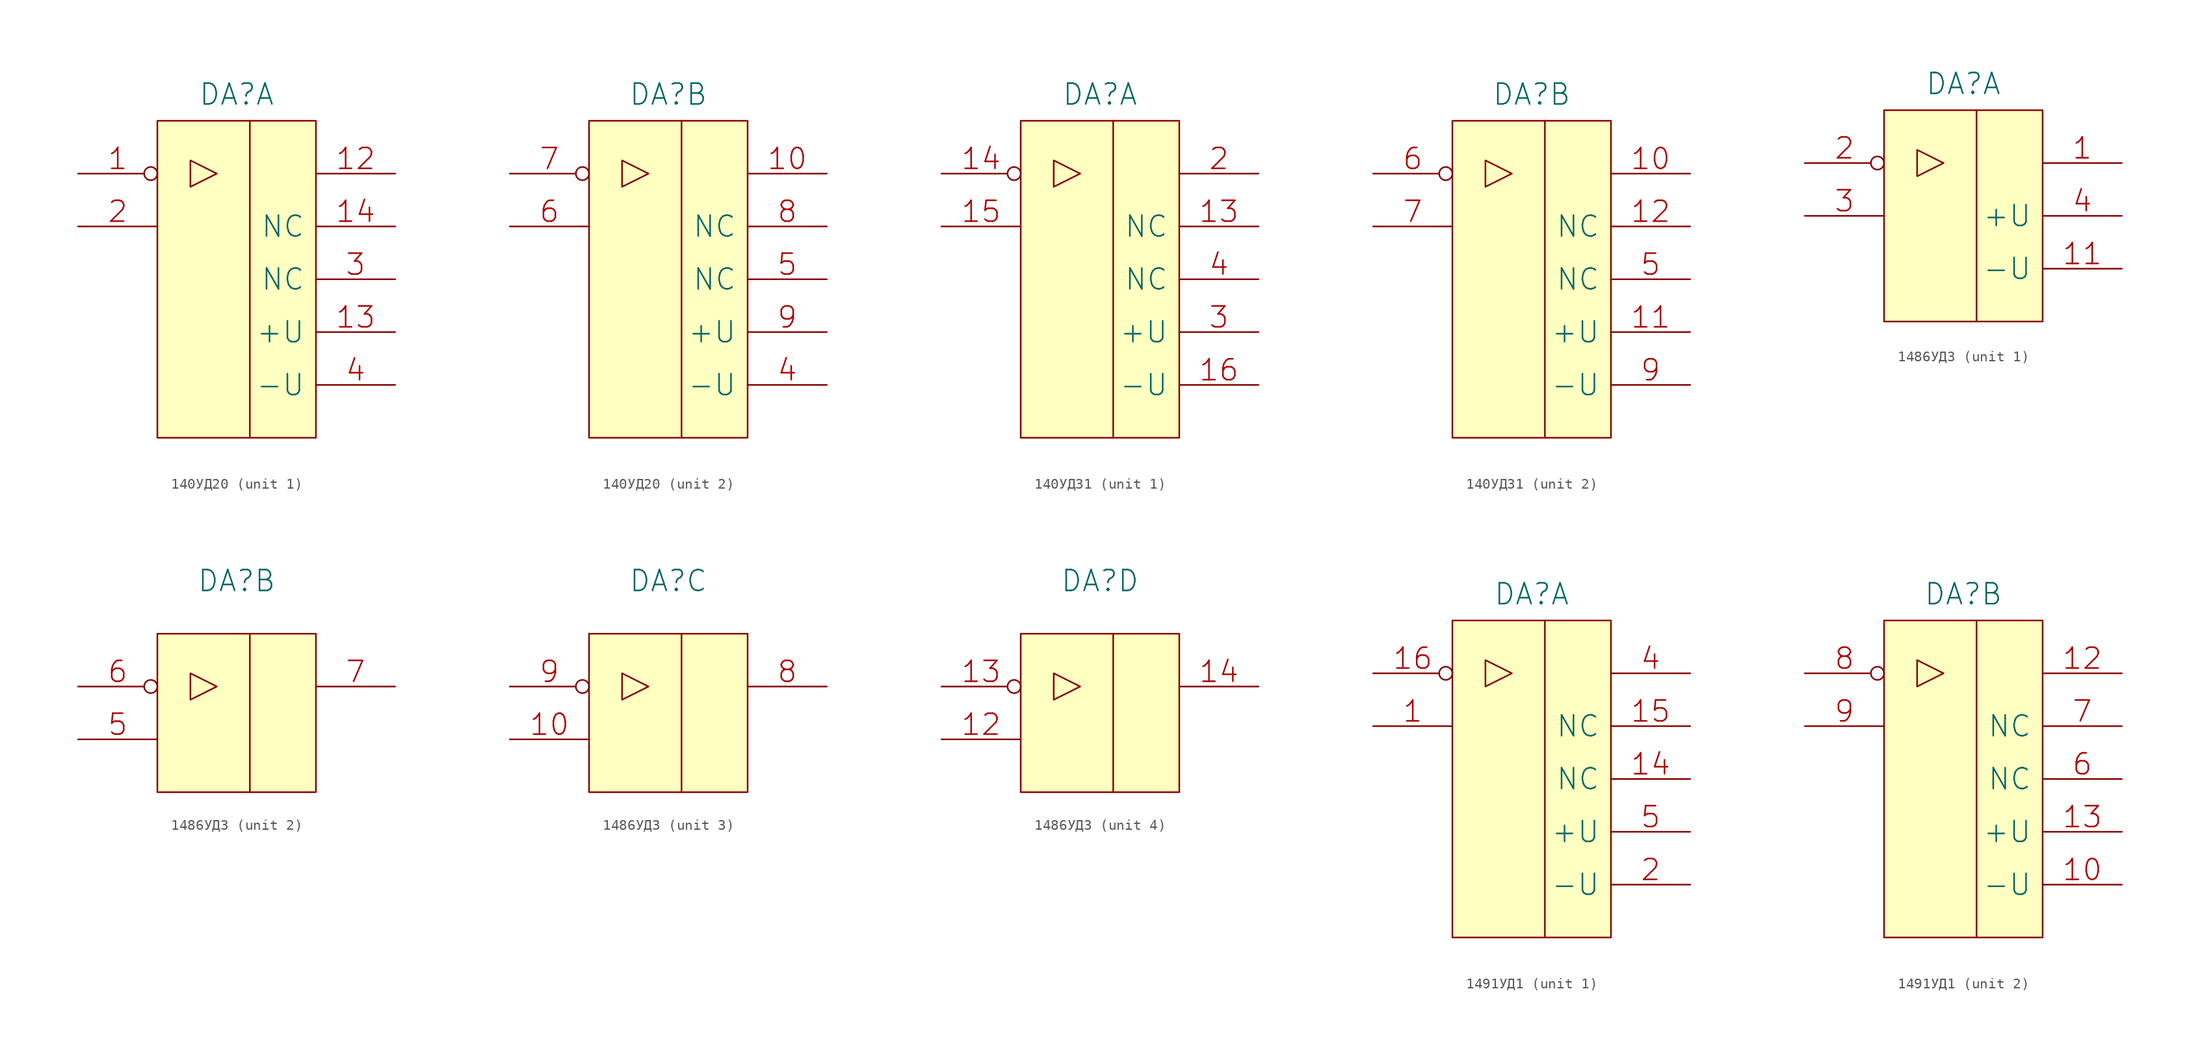
<source format=kicad_sym>
(kicad_symbol_lib
  (version 20231120)
  (generator "kicad_symbol_editor")
  (generator_version "8.0")
  (symbol "140УД20"
    (pin_names
      (offset 1.016))
    (property "Reference" "DA"
      (at 0 17.78 0)
      (effects (font (size 2.007 2.007))))
    (symbol "140УД20_0_1"
      (polyline (pts (xy 1.27 15.24) (xy 1.27 -15.24)) (stroke (width 0) (type solid)) (fill (type none)))
      (polyline (pts (xy -4.445 11.43) (xy -4.445 8.89) (xy -1.905 10.16) (xy -4.445 11.43)) (stroke (width 0) (type solid)) (fill (type none)))
      (rectangle (start 7.62 15.24) (end -7.62 -15.24) (stroke (width 0) (type solid)) (fill (type background)))
      (pin power_in line (at 15.24 -10.16 180) (length 7.62) (name "-U" (effects (font (size 2.007 2.007)))) (number "4" (effects (font (size 2.007 2.007))))))
    (symbol "140УД20_1_1"
      (pin input inverted (at -15.24 10.16 0) (length 7.62) (name "~" (effects (font (size 2.007 2.007)))) (number "1" (effects (font (size 2.007 2.007)))))
      (pin output line (at 15.24 10.16 180) (length 7.62) (name "~" (effects (font (size 2.007 2.007)))) (number "12" (effects (font (size 2.007 2.007)))))
      (pin power_in line (at 15.24 -5.08 180) (length 7.62) (name "+U" (effects (font (size 2.007 2.007)))) (number "13" (effects (font (size 2.007 2.007)))))
      (pin input line (at 15.24 5.08 180) (length 7.62) (name "NC" (effects (font (size 2.007 2.007)))) (number "14" (effects (font (size 2.007 2.007)))))
      (pin input line (at -15.24 5.08 0) (length 7.62) (name "~" (effects (font (size 2.007 2.007)))) (number "2" (effects (font (size 2.007 2.007)))))
      (pin input line (at 15.24 0 180) (length 7.62) (name "NC" (effects (font (size 2.007 2.007)))) (number "3" (effects (font (size 2.007 2.007))))))
    (symbol "140УД20_2_1"
      (pin output line (at 15.24 10.16 180) (length 7.62) (name "~" (effects (font (size 2.007 2.007)))) (number "10" (effects (font (size 2.007 2.007)))))
      (pin input line (at 15.24 0 180) (length 7.62) (name "NC" (effects (font (size 2.007 2.007)))) (number "5" (effects (font (size 2.007 2.007)))))
      (pin input line (at -15.24 5.08 0) (length 7.62) (name "~" (effects (font (size 2.007 2.007)))) (number "6" (effects (font (size 2.007 2.007)))))
      (pin input inverted (at -15.24 10.16 0) (length 7.62) (name "~" (effects (font (size 2.007 2.007)))) (number "7" (effects (font (size 2.007 2.007)))))
      (pin input line (at 15.24 5.08 180) (length 7.62) (name "NC" (effects (font (size 2.007 2.007)))) (number "8" (effects (font (size 2.007 2.007)))))
      (pin power_in line (at 15.24 -5.08 180) (length 7.62) (name "+U" (effects (font (size 2.007 2.007)))) (number "9" (effects (font (size 2.007 2.007)))))))
  (symbol "140УД31"
    (pin_names
      (offset 1.016))
    (property "Reference" "DA"
      (at 0 17.78 0)
      (effects (font (size 2.007 2.007))))
    (symbol "140УД31_0_1"
      (polyline (pts (xy 1.27 15.24) (xy 1.27 -15.24)) (stroke (width 0) (type solid)) (fill (type none)))
      (polyline (pts (xy -4.445 11.43) (xy -4.445 8.89) (xy -1.905 10.16) (xy -4.445 11.43)) (stroke (width 0) (type solid)) (fill (type none)))
      (rectangle (start 7.62 15.24) (end -7.62 -15.24) (stroke (width 0) (type solid)) (fill (type background))))
    (symbol "140УД31_1_1"
      (pin input line (at 15.24 5.08 180) (length 7.62) (name "NC" (effects (font (size 2.007 2.007)))) (number "13" (effects (font (size 2.007 2.007)))))
      (pin input inverted (at -15.24 10.16 0) (length 7.62) (name "~" (effects (font (size 2.007 2.007)))) (number "14" (effects (font (size 2.007 2.007)))))
      (pin input line (at -15.24 5.08 0) (length 7.62) (name "~" (effects (font (size 2.007 2.007)))) (number "15" (effects (font (size 2.007 2.007)))))
      (pin power_in line (at 15.24 -10.16 180) (length 7.62) (name "-U" (effects (font (size 2.007 2.007)))) (number "16" (effects (font (size 2.007 2.007)))))
      (pin output line (at 15.24 10.16 180) (length 7.62) (name "~" (effects (font (size 2.007 2.007)))) (number "2" (effects (font (size 2.007 2.007)))))
      (pin power_in line (at 15.24 -5.08 180) (length 7.62) (name "+U" (effects (font (size 2.007 2.007)))) (number "3" (effects (font (size 2.007 2.007)))))
      (pin input line (at 15.24 0 180) (length 7.62) (name "NC" (effects (font (size 2.007 2.007)))) (number "4" (effects (font (size 2.007 2.007))))))
    (symbol "140УД31_2_1"
      (pin output line (at 15.24 10.16 180) (length 7.62) (name "~" (effects (font (size 2.007 2.007)))) (number "10" (effects (font (size 2.007 2.007)))))
      (pin power_in line (at 15.24 -5.08 180) (length 7.62) (name "+U" (effects (font (size 2.007 2.007)))) (number "11" (effects (font (size 2.007 2.007)))))
      (pin input line (at 15.24 5.08 180) (length 7.62) (name "NC" (effects (font (size 2.007 2.007)))) (number "12" (effects (font (size 2.007 2.007)))))
      (pin input line (at 15.24 0 180) (length 7.62) (name "NC" (effects (font (size 2.007 2.007)))) (number "5" (effects (font (size 2.007 2.007)))))
      (pin input inverted (at -15.24 10.16 0) (length 7.62) (name "~" (effects (font (size 2.007 2.007)))) (number "6" (effects (font (size 2.007 2.007)))))
      (pin input line (at -15.24 5.08 0) (length 7.62) (name "~" (effects (font (size 2.007 2.007)))) (number "7" (effects (font (size 2.007 2.007)))))
      (pin power_in line (at 15.24 -10.16 180) (length 7.62) (name "-U" (effects (font (size 2.007 2.007)))) (number "9" (effects (font (size 2.007 2.007)))))))
  (symbol "1486УД3"
    (pin_names
      (offset 1.016))
    (property "Reference" "DA"
      (at 0 12.7 0)
      (effects (font (size 2.007 2.007))))
    (symbol "1486УД3_1_1"
      (polyline (pts (xy 1.27 10.16) (xy 1.27 -10.16)) (stroke (width 0) (type solid)) (fill (type none)))
      (polyline (pts (xy -4.445 6.35) (xy -4.445 3.81) (xy -1.905 5.08) (xy -4.445 6.35)) (stroke (width 0) (type solid)) (fill (type none)))
      (rectangle (start 7.62 10.16) (end -7.62 -10.16) (stroke (width 0) (type solid)) (fill (type background)))
      (pin output line (at 15.24 5.08 180) (length 7.62) (name "~" (effects (font (size 2.007 2.007)))) (number "1" (effects (font (size 2.007 2.007)))))
      (pin power_in line (at 15.24 -5.08 180) (length 7.62) (name "-U" (effects (font (size 2.007 2.007)))) (number "11" (effects (font (size 2.007 2.007)))))
      (pin input inverted (at -15.24 5.08 0) (length 7.62) (name "~" (effects (font (size 2.007 2.007)))) (number "2" (effects (font (size 2.007 2.007)))))
      (pin input line (at -15.24 0 0) (length 7.62) (name "~" (effects (font (size 2.007 2.007)))) (number "3" (effects (font (size 2.007 2.007)))))
      (pin power_in line (at 15.24 0 180) (length 7.62) (name "+U" (effects (font (size 2.007 2.007)))) (number "4" (effects (font (size 2.007 2.007))))))
    (symbol "1486УД3_2_1"
      (rectangle (start -7.62 7.62) (end 7.62 -7.62) (stroke (width 0) (type solid)) (fill (type background)))
      (polyline (pts (xy 1.27 7.62) (xy 1.27 -7.62)) (stroke (width 0) (type solid)) (fill (type none)))
      (polyline (pts (xy -4.445 3.81) (xy -4.445 1.27) (xy -1.905 2.54) (xy -4.445 3.81)) (stroke (width 0) (type solid)) (fill (type none)))
      (pin input line (at -15.24 -2.54 0) (length 7.62) (name "~" (effects (font (size 2.007 2.007)))) (number "5" (effects (font (size 2.007 2.007)))))
      (pin input inverted (at -15.24 2.54 0) (length 7.62) (name "~" (effects (font (size 2.007 2.007)))) (number "6" (effects (font (size 2.007 2.007)))))
      (pin output line (at 15.24 2.54 180) (length 7.62) (name "~" (effects (font (size 2.007 2.007)))) (number "7" (effects (font (size 2.007 2.007))))))
    (symbol "1486УД3_3_1"
      (rectangle (start -7.62 7.62) (end 7.62 -7.62) (stroke (width 0) (type solid)) (fill (type background)))
      (polyline (pts (xy 1.27 7.62) (xy 1.27 -7.62)) (stroke (width 0) (type solid)) (fill (type none)))
      (polyline (pts (xy -4.445 3.81) (xy -4.445 1.27) (xy -1.905 2.54) (xy -4.445 3.81)) (stroke (width 0) (type solid)) (fill (type none)))
      (pin input line (at -15.24 -2.54 0) (length 7.62) (name "~" (effects (font (size 2.007 2.007)))) (number "10" (effects (font (size 2.007 2.007)))))
      (pin output line (at 15.24 2.54 180) (length 7.62) (name "~" (effects (font (size 2.007 2.007)))) (number "8" (effects (font (size 2.007 2.007)))))
      (pin input inverted (at -15.24 2.54 0) (length 7.62) (name "~" (effects (font (size 2.007 2.007)))) (number "9" (effects (font (size 2.007 2.007))))))
    (symbol "1486УД3_4_1"
      (rectangle (start -7.62 7.62) (end 7.62 -7.62) (stroke (width 0) (type solid)) (fill (type background)))
      (polyline (pts (xy 1.27 7.62) (xy 1.27 -7.62)) (stroke (width 0) (type solid)) (fill (type none)))
      (polyline (pts (xy -4.445 3.81) (xy -4.445 1.27) (xy -1.905 2.54) (xy -4.445 3.81)) (stroke (width 0) (type solid)) (fill (type none)))
      (pin input line (at -15.24 -2.54 0) (length 7.62) (name "~" (effects (font (size 2.007 2.007)))) (number "12" (effects (font (size 2.007 2.007)))))
      (pin input inverted (at -15.24 2.54 0) (length 7.62) (name "~" (effects (font (size 2.007 2.007)))) (number "13" (effects (font (size 2.007 2.007)))))
      (pin output line (at 15.24 2.54 180) (length 7.62) (name "~" (effects (font (size 2.007 2.007)))) (number "14" (effects (font (size 2.007 2.007)))))))
  (symbol "1491УД1"
    (pin_names
      (offset 1.016))
    (property "Reference" "DA"
      (at 0 17.78 0)
      (effects (font (size 2.007 2.007))))
    (symbol "1491УД1_0_1"
      (polyline (pts (xy 1.27 15.24) (xy 1.27 -15.24)) (stroke (width 0) (type solid)) (fill (type none)))
      (polyline (pts (xy -4.445 11.43) (xy -4.445 8.89) (xy -1.905 10.16) (xy -4.445 11.43)) (stroke (width 0) (type solid)) (fill (type none)))
      (rectangle (start 7.62 15.24) (end -7.62 -15.24) (stroke (width 0) (type solid)) (fill (type background))))
    (symbol "1491УД1_1_1"
      (pin input line (at -15.24 5.08 0) (length 7.62) (name "~" (effects (font (size 2.007 2.007)))) (number "1" (effects (font (size 2.007 2.007)))))
      (pin input line (at 15.24 0 180) (length 7.62) (name "NC" (effects (font (size 2.007 2.007)))) (number "14" (effects (font (size 2.007 2.007)))))
      (pin input line (at 15.24 5.08 180) (length 7.62) (name "NC" (effects (font (size 2.007 2.007)))) (number "15" (effects (font (size 2.007 2.007)))))
      (pin input inverted (at -15.24 10.16 0) (length 7.62) (name "~" (effects (font (size 2.007 2.007)))) (number "16" (effects (font (size 2.007 2.007)))))
      (pin power_in line (at 15.24 -10.16 180) (length 7.62) (name "-U" (effects (font (size 2.007 2.007)))) (number "2" (effects (font (size 2.007 2.007)))))
      (pin output line (at 15.24 10.16 180) (length 7.62) (name "~" (effects (font (size 2.007 2.007)))) (number "4" (effects (font (size 2.007 2.007)))))
      (pin power_in line (at 15.24 -5.08 180) (length 7.62) (name "+U" (effects (font (size 2.007 2.007)))) (number "5" (effects (font (size 2.007 2.007))))))
    (symbol "1491УД1_2_1"
      (pin power_in line (at 15.24 -10.16 180) (length 7.62) (name "-U" (effects (font (size 2.007 2.007)))) (number "10" (effects (font (size 2.007 2.007)))))
      (pin output line (at 15.24 10.16 180) (length 7.62) (name "~" (effects (font (size 2.007 2.007)))) (number "12" (effects (font (size 2.007 2.007)))))
      (pin power_in line (at 15.24 -5.08 180) (length 7.62) (name "+U" (effects (font (size 2.007 2.007)))) (number "13" (effects (font (size 2.007 2.007)))))
      (pin input line (at 15.24 0 180) (length 7.62) (name "NC" (effects (font (size 2.007 2.007)))) (number "6" (effects (font (size 2.007 2.007)))))
      (pin input line (at 15.24 5.08 180) (length 7.62) (name "NC" (effects (font (size 2.007 2.007)))) (number "7" (effects (font (size 2.007 2.007)))))
      (pin input inverted (at -15.24 10.16 0) (length 7.62) (name "~" (effects (font (size 2.007 2.007)))) (number "8" (effects (font (size 2.007 2.007)))))
      (pin input line (at -15.24 5.08 0) (length 7.62) (name "~" (effects (font (size 2.007 2.007)))) (number "9" (effects (font (size 2.007 2.007))))))))
</source>
